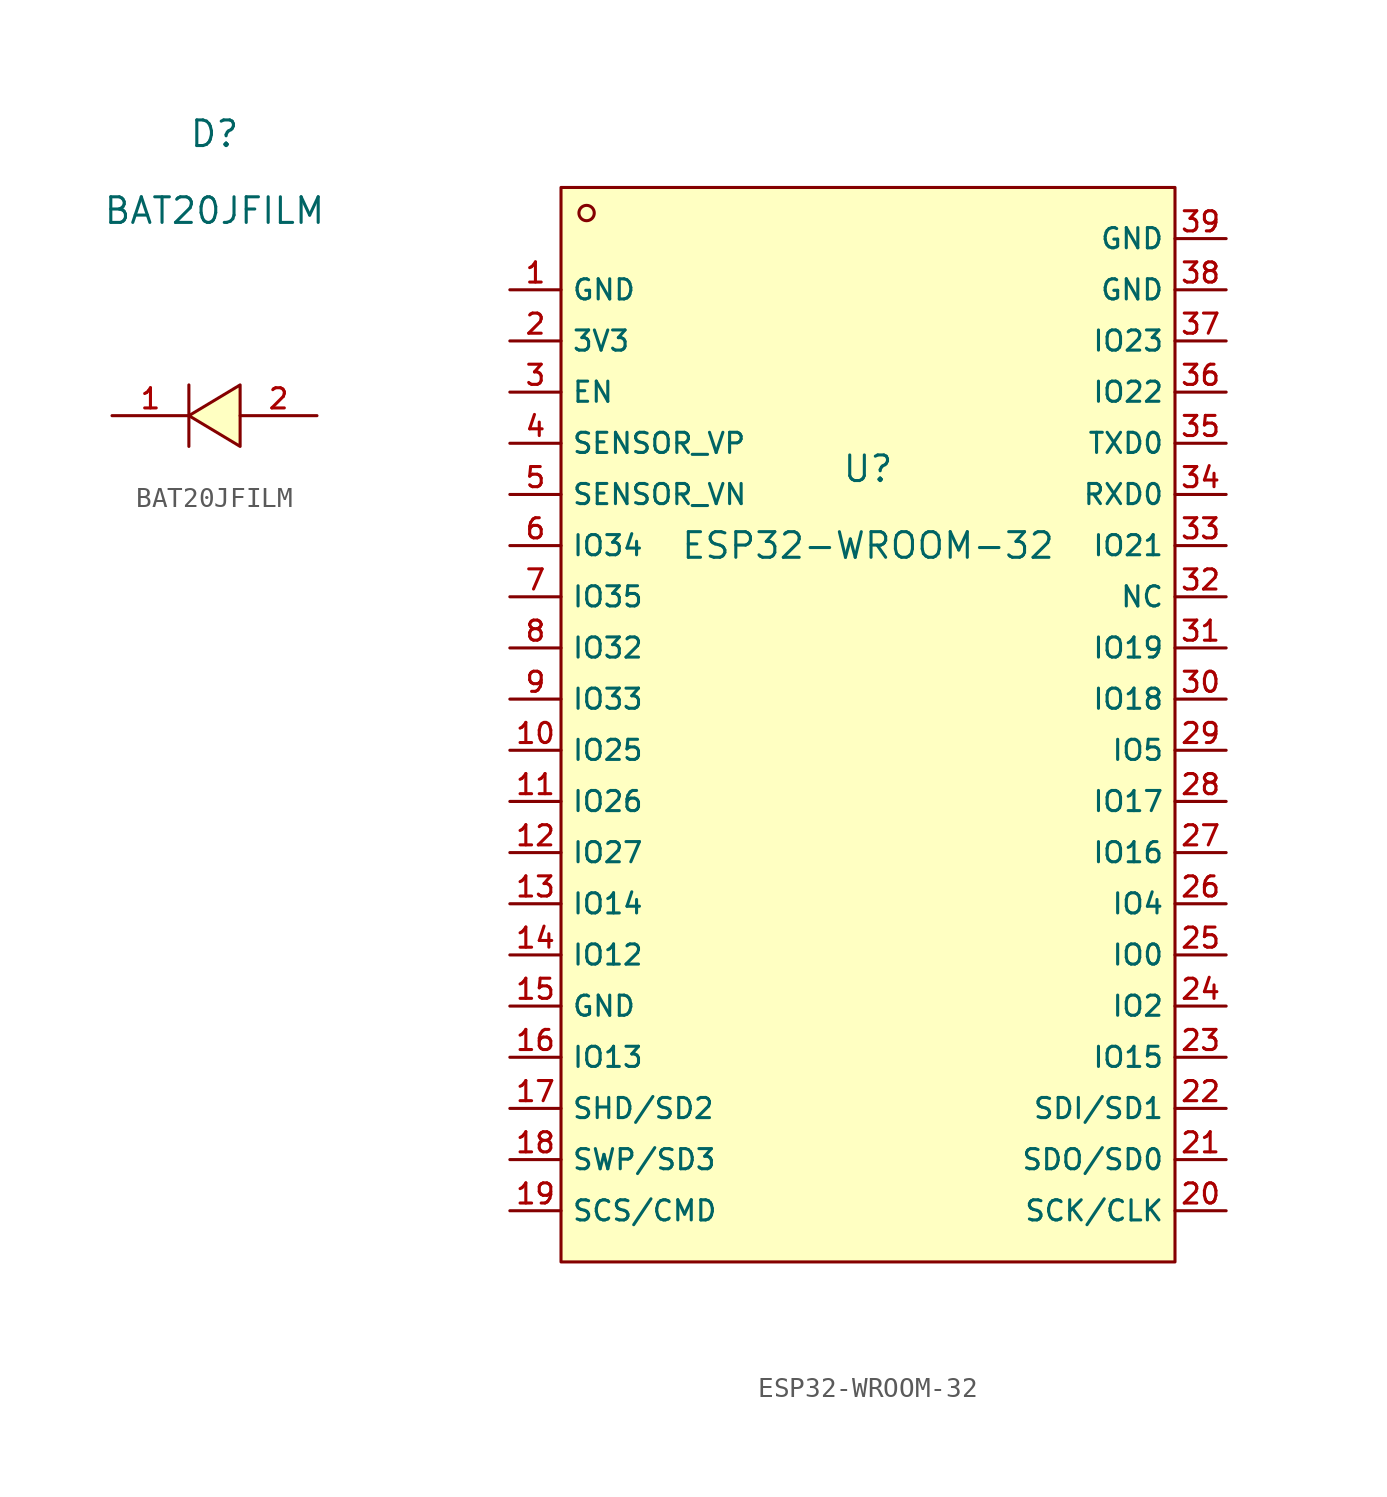
<source format=kicad_sym>
(kicad_symbol_lib
  (version 20210201)
  (generator TousstNicolas/JLC2KiCad_lib)
  (symbol "BAT20JFILM"
    (pin_names hide)
    (property "Reference" "D"
      (at 0 1.27 0)
      (effects (font (size 1.27 1.27))))
    (property "Value" "BAT20JFILM"
      (at 0 -2.54 0)
      (effects (font (size 1.27 1.27))))
    (symbol "BAT20JFILM_0_0"
      (polyline (pts (xy -1.27 -14.224) (xy -1.27 -11.176)) (stroke (width 0) (type default) (color 0 0 0 0)) (fill (type none)))
      (pin unspecified line (at -5.08 -12.7 0) (length 3.81) (name "K" (effects (font (size 1 1)))) (number "1" (effects (font (size 1 1)))))
      (pin unspecified line (at 5.08 -12.7 180) (length 3.81) (name "A" (effects (font (size 1 1)))) (number "2" (effects (font (size 1 1)))))
      (polyline (pts (xy 1.27 -11.176) (xy -1.27 -12.7) (xy 1.27 -14.224) (xy 1.27 -11.176)) (stroke (width 0) (type default) (color 0 0 0 0)) (fill (type background)))))
  (symbol "ESP32-WROOM-32"
    (property "Reference" "U"
      (at 0 1.27 0)
      (effects (font (size 1.27 1.27))))
    (property "Value" "ESP32-WROOM-32"
      (at 0 -2.54 0)
      (effects (font (size 1.27 1.27))))
    (symbol "ESP32-WROOM-32_0_0"
      (rectangle (start -15.24 15.24) (end 15.24 -38.1) (stroke (width 0) (type default) (color 0 0 0 0)) (fill (type background)))
      (circle (center -13.97 13.97) (radius 0.381) (stroke (width 0) (type default) (color 0 0 0 0)) (fill (type background)))
      (pin unspecified line (at -17.78 10.16 0) (length 2.54) (name "GND" (effects (font (size 1 1)))) (number "1" (effects (font (size 1 1)))))
      (pin unspecified line (at -17.78 7.62 0) (length 2.54) (name "3V3" (effects (font (size 1 1)))) (number "2" (effects (font (size 1 1)))))
      (pin unspecified line (at -17.78 5.08 0) (length 2.54) (name "EN" (effects (font (size 1 1)))) (number "3" (effects (font (size 1 1)))))
      (pin unspecified line (at -17.78 2.54 0) (length 2.54) (name "SENSOR_VP" (effects (font (size 1 1)))) (number "4" (effects (font (size 1 1)))))
      (pin unspecified line (at -17.78 0.0 0) (length 2.54) (name "SENSOR_VN" (effects (font (size 1 1)))) (number "5" (effects (font (size 1 1)))))
      (pin unspecified line (at -17.78 -2.54 0) (length 2.54) (name "IO34" (effects (font (size 1 1)))) (number "6" (effects (font (size 1 1)))))
      (pin unspecified line (at -17.78 -5.08 0) (length 2.54) (name "IO35" (effects (font (size 1 1)))) (number "7" (effects (font (size 1 1)))))
      (pin unspecified line (at -17.78 -7.62 0) (length 2.54) (name "IO32" (effects (font (size 1 1)))) (number "8" (effects (font (size 1 1)))))
      (pin unspecified line (at -17.78 -10.16 0) (length 2.54) (name "IO33" (effects (font (size 1 1)))) (number "9" (effects (font (size 1 1)))))
      (pin unspecified line (at -17.78 -12.7 0) (length 2.54) (name "IO25" (effects (font (size 1 1)))) (number "10" (effects (font (size 1 1)))))
      (pin unspecified line (at -17.78 -15.24 0) (length 2.54) (name "IO26" (effects (font (size 1 1)))) (number "11" (effects (font (size 1 1)))))
      (pin unspecified line (at -17.78 -17.78 0) (length 2.54) (name "IO27" (effects (font (size 1 1)))) (number "12" (effects (font (size 1 1)))))
      (pin unspecified line (at -17.78 -20.32 0) (length 2.54) (name "IO14" (effects (font (size 1 1)))) (number "13" (effects (font (size 1 1)))))
      (pin unspecified line (at -17.78 -22.86 0) (length 2.54) (name "IO12" (effects (font (size 1 1)))) (number "14" (effects (font (size 1 1)))))
      (pin unspecified line (at -17.78 -25.4 0) (length 2.54) (name "GND" (effects (font (size 1 1)))) (number "15" (effects (font (size 1 1)))))
      (pin unspecified line (at -17.78 -27.94 0) (length 2.54) (name "IO13" (effects (font (size 1 1)))) (number "16" (effects (font (size 1 1)))))
      (pin unspecified line (at -17.78 -30.48 0) (length 2.54) (name "SHD/SD2" (effects (font (size 1 1)))) (number "17" (effects (font (size 1 1)))))
      (pin unspecified line (at -17.78 -33.02 0) (length 2.54) (name "SWP/SD3" (effects (font (size 1 1)))) (number "18" (effects (font (size 1 1)))))
      (pin unspecified line (at -17.78 -35.56 0) (length 2.54) (name "SCS/CMD" (effects (font (size 1 1)))) (number "19" (effects (font (size 1 1)))))
      (pin unspecified line (at 17.78 -35.56 180) (length 2.54) (name "SCK/CLK" (effects (font (size 1 1)))) (number "20" (effects (font (size 1 1)))))
      (pin unspecified line (at 17.78 -33.02 180) (length 2.54) (name "SDO/SD0" (effects (font (size 1 1)))) (number "21" (effects (font (size 1 1)))))
      (pin unspecified line (at 17.78 -30.48 180) (length 2.54) (name "SDI/SD1" (effects (font (size 1 1)))) (number "22" (effects (font (size 1 1)))))
      (pin unspecified line (at 17.78 -27.94 180) (length 2.54) (name "IO15" (effects (font (size 1 1)))) (number "23" (effects (font (size 1 1)))))
      (pin unspecified line (at 17.78 -25.4 180) (length 2.54) (name "IO2" (effects (font (size 1 1)))) (number "24" (effects (font (size 1 1)))))
      (pin unspecified line (at 17.78 -22.86 180) (length 2.54) (name "IO0" (effects (font (size 1 1)))) (number "25" (effects (font (size 1 1)))))
      (pin unspecified line (at 17.78 -20.32 180) (length 2.54) (name "IO4" (effects (font (size 1 1)))) (number "26" (effects (font (size 1 1)))))
      (pin unspecified line (at 17.78 -17.78 180) (length 2.54) (name "IO16" (effects (font (size 1 1)))) (number "27" (effects (font (size 1 1)))))
      (pin unspecified line (at 17.78 -15.24 180) (length 2.54) (name "IO17" (effects (font (size 1 1)))) (number "28" (effects (font (size 1 1)))))
      (pin unspecified line (at 17.78 -12.7 180) (length 2.54) (name "IO5" (effects (font (size 1 1)))) (number "29" (effects (font (size 1 1)))))
      (pin unspecified line (at 17.78 -10.16 180) (length 2.54) (name "IO18" (effects (font (size 1 1)))) (number "30" (effects (font (size 1 1)))))
      (pin unspecified line (at 17.78 -7.62 180) (length 2.54) (name "IO19" (effects (font (size 1 1)))) (number "31" (effects (font (size 1 1)))))
      (pin unspecified line (at 17.78 -5.08 180) (length 2.54) (name "NC" (effects (font (size 1 1)))) (number "32" (effects (font (size 1 1)))))
      (pin unspecified line (at 17.78 -2.54 180) (length 2.54) (name "IO21" (effects (font (size 1 1)))) (number "33" (effects (font (size 1 1)))))
      (pin unspecified line (at 17.78 0.0 180) (length 2.54) (name "RXD0" (effects (font (size 1 1)))) (number "34" (effects (font (size 1 1)))))
      (pin unspecified line (at 17.78 2.54 180) (length 2.54) (name "TXD0" (effects (font (size 1 1)))) (number "35" (effects (font (size 1 1)))))
      (pin unspecified line (at 17.78 5.08 180) (length 2.54) (name "IO22" (effects (font (size 1 1)))) (number "36" (effects (font (size 1 1)))))
      (pin unspecified line (at 17.78 7.62 180) (length 2.54) (name "IO23" (effects (font (size 1 1)))) (number "37" (effects (font (size 1 1)))))
      (pin unspecified line (at 17.78 10.16 180) (length 2.54) (name "GND" (effects (font (size 1 1)))) (number "38" (effects (font (size 1 1)))))
      (pin unspecified line (at 17.78 12.7 180) (length 2.54) (name "GND" (effects (font (size 1 1)))) (number "39" (effects (font (size 1 1))))))))
</source>
